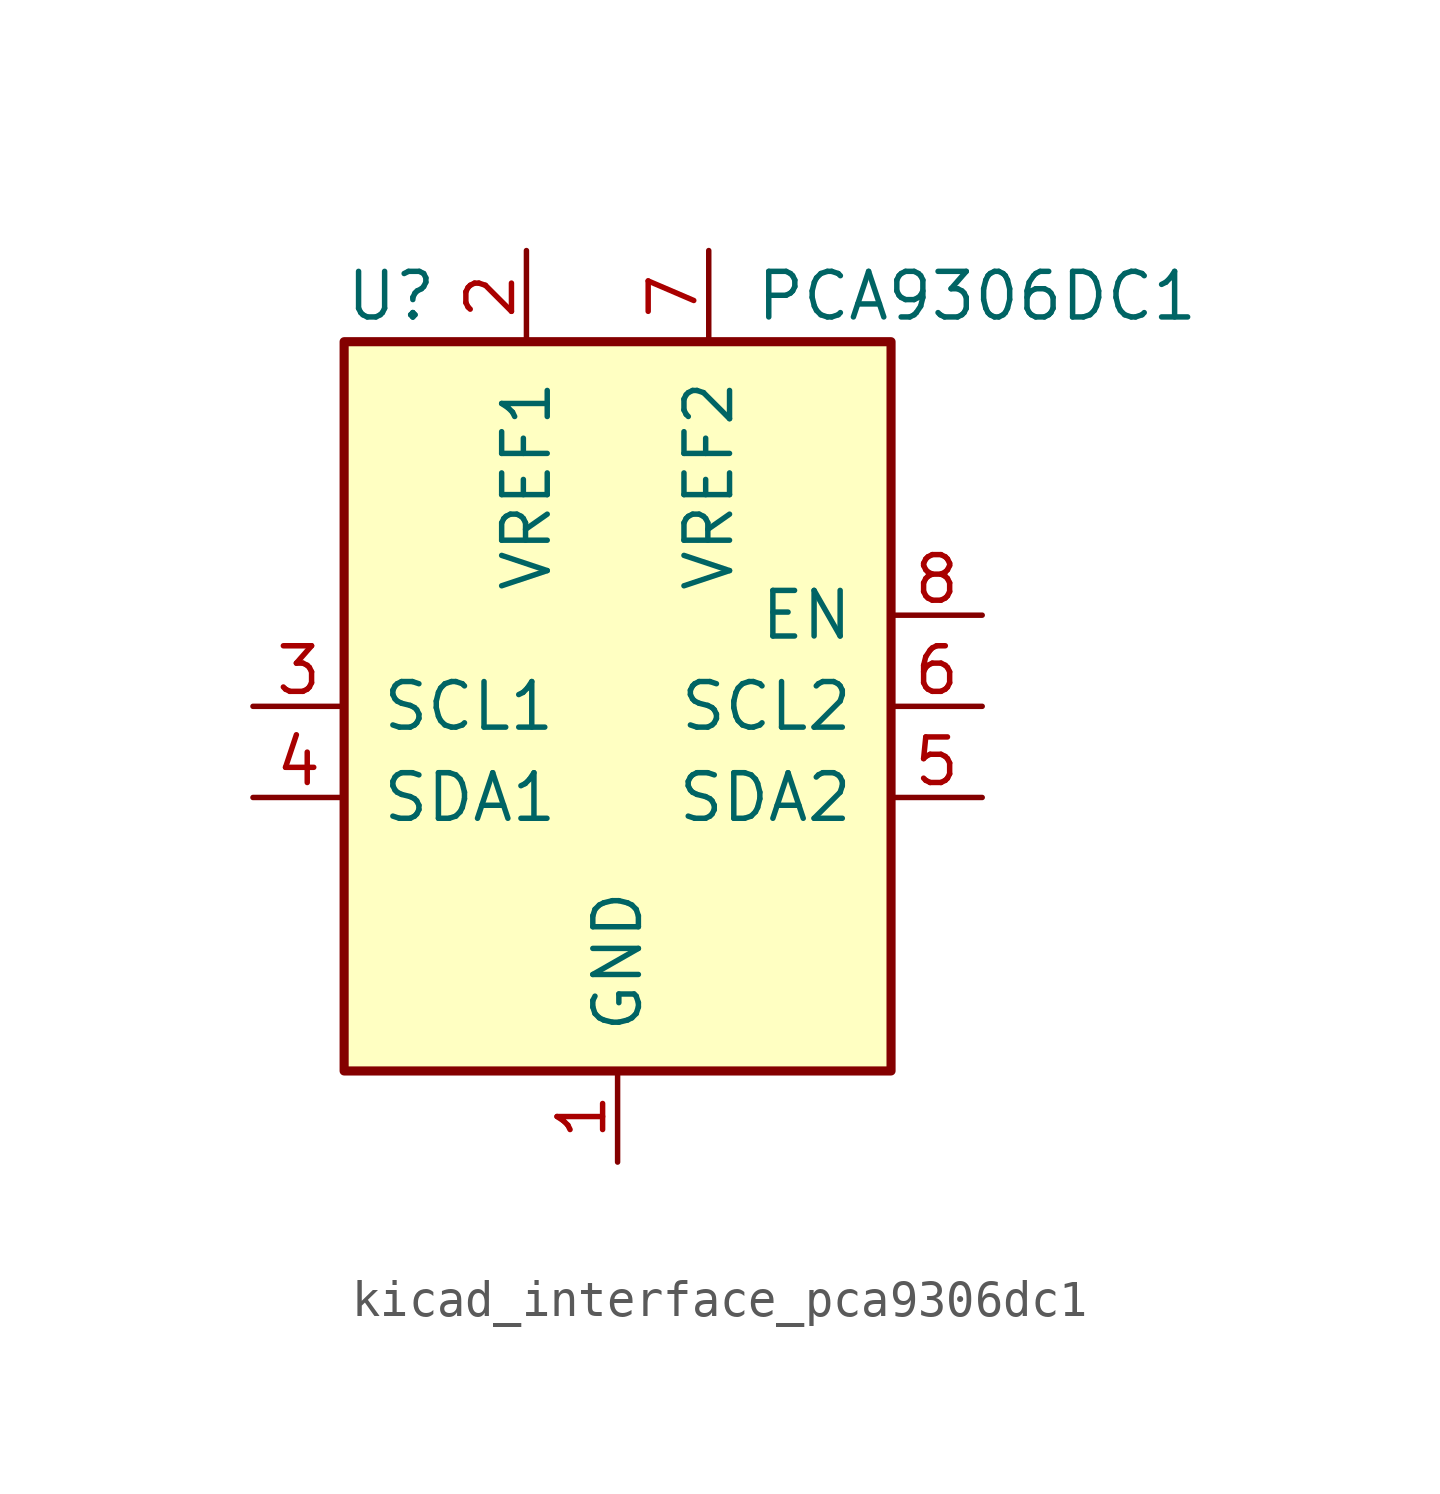
<source format=kicad_sym>
(kicad_symbol_lib
  (version 20220914)
  (generator kicad_symbol_editor)
  (symbol "kicad_interface_pca9306dc1"
    (pin_names
      (offset 1.016))
    (property "Reference" "U"
      (at -7.62 11.43 0)
      (effects (font (size 1.27 1.27)) (justify left)))
    (property "Value" "PCA9306DC1"
      (at 3.81 11.43 0)
      (effects (font (size 1.27 1.27)) (justify left)))
    (symbol "kicad_interface_pca9306dc1_0_1"
      (rectangle (start -7.62 10.16) (end 7.62 -10.16) (stroke (width 0.254) (type default)) (fill (type background))))
    (symbol "kicad_interface_pca9306dc1_1_1"
      (pin power_in line (at 0 -12.7 90) (length 2.54) (name "GND" (effects (font (size 1.27 1.27)))) (number "1" (effects (font (size 1.27 1.27)))))
      (pin power_in line (at -2.54 12.7 270) (length 2.54) (name "VREF1" (effects (font (size 1.27 1.27)))) (number "2" (effects (font (size 1.27 1.27)))))
      (pin bidirectional line (at -10.16 0 0) (length 2.54) (name "SCL1" (effects (font (size 1.27 1.27)))) (number "3" (effects (font (size 1.27 1.27)))))
      (pin bidirectional line (at -10.16 -2.54 0) (length 2.54) (name "SDA1" (effects (font (size 1.27 1.27)))) (number "4" (effects (font (size 1.27 1.27)))))
      (pin bidirectional line (at 10.16 -2.54 180) (length 2.54) (name "SDA2" (effects (font (size 1.27 1.27)))) (number "5" (effects (font (size 1.27 1.27)))))
      (pin bidirectional line (at 10.16 0 180) (length 2.54) (name "SCL2" (effects (font (size 1.27 1.27)))) (number "6" (effects (font (size 1.27 1.27)))))
      (pin power_in line (at 2.54 12.7 270) (length 2.54) (name "VREF2" (effects (font (size 1.27 1.27)))) (number "7" (effects (font (size 1.27 1.27)))))
      (pin input line (at 10.16 2.54 180) (length 2.54) (name "EN" (effects (font (size 1.27 1.27)))) (number "8" (effects (font (size 1.27 1.27))))))))
</source>
